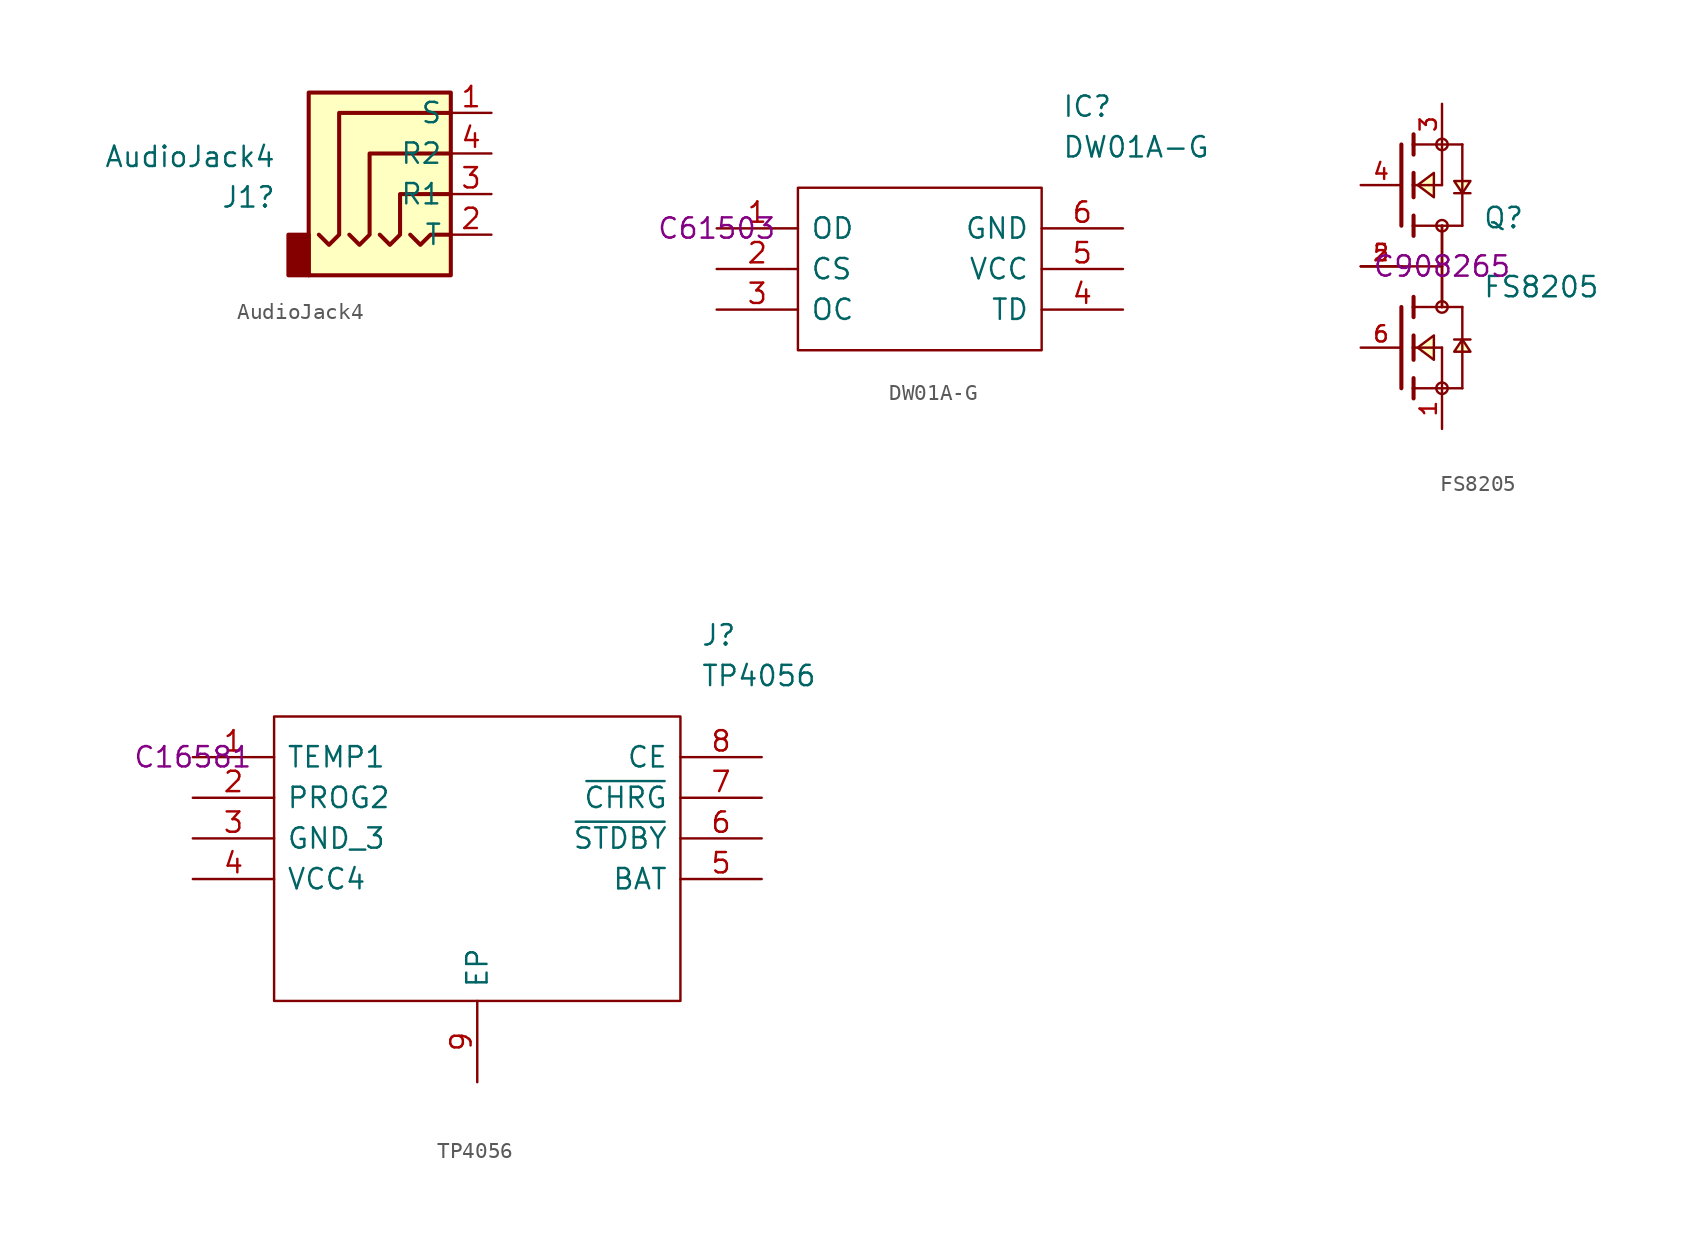
<source format=kicad_sym>
(kicad_symbol_lib
  (version 20211014)
  (generator kicad_symbol_editor)
  (symbol "AudioJack4"
    (property "Reference" "J1"
      (at -8.382 -2.74 0)
      (effects (font (size 1.27 1.27)) (justify right)))
    (property "Value" "AudioJack4"
      (at -8.382 -0.203 0)
      (effects (font (size 1.27 1.27)) (justify right)))
    (symbol "AudioJack4_0_1"
      (rectangle (start -6.35 -5.08) (end -7.62 -7.62) (stroke (width 0.254) (type default) (color 0 0 0 0)) (fill (type outline)))
      (polyline (pts (xy 0 -5.08) (xy 0.635 -5.715) (xy 1.27 -5.08) (xy 2.54 -5.08)) (stroke (width 0.254) (type default) (color 0 0 0 0)) (fill (type none)))
      (polyline (pts (xy -5.715 -5.08) (xy -5.08 -5.715) (xy -4.445 -5.08) (xy -4.445 2.54) (xy 2.54 2.54)) (stroke (width 0.254) (type default) (color 0 0 0 0)) (fill (type none)))
      (polyline (pts (xy -1.905 -5.08) (xy -1.27 -5.715) (xy -0.635 -5.08) (xy -0.635 -2.54) (xy 2.54 -2.54)) (stroke (width 0.254) (type default) (color 0 0 0 0)) (fill (type none)))
      (polyline (pts (xy 2.54 0) (xy -2.54 0) (xy -2.54 -5.08) (xy -3.175 -5.715) (xy -3.81 -5.08)) (stroke (width 0.254) (type default) (color 0 0 0 0)) (fill (type none)))
      (rectangle (start 2.54 3.81) (end -6.35 -7.62) (stroke (width 0.254) (type default) (color 0 0 0 0)) (fill (type background))))
    (symbol "AudioJack4_1_1"
      (pin passive line (at 5.08 2.54 180) (length 2.54) (name "S" (effects (font (size 1.27 1.27)))) (number "1" (effects (font (size 1.27 1.27)))))
      (pin passive line (at 5.08 -5.08 180) (length 2.54) (name "T" (effects (font (size 1.27 1.27)))) (number "2" (effects (font (size 1.27 1.27)))))
      (pin passive line (at 5.08 -2.54 180) (length 2.54) (name "R1" (effects (font (size 1.27 1.27)))) (number "3" (effects (font (size 1.27 1.27)))))
      (pin passive line (at 5.08 0 180) (length 2.54) (name "R2" (effects (font (size 1.27 1.27)))) (number "4" (effects (font (size 1.27 1.27)))))))
  (symbol "DW01A-G"
    (pin_names
      (offset 0.762))
    (property "Reference" "IC"
      (at 21.59 7.62 0)
      (effects (font (size 1.27 1.27)) (justify left)))
    (property "Value" "DW01A-G"
      (at 21.59 5.08 0)
      (effects (font (size 1.27 1.27)) (justify left)))
    (property "LCSC" "C61503"
      (at 0 0 0)
      (effects (font (size 1.27 1.27))))
    (symbol "DW01A-G_0_0"
      (pin passive line (at 0 0 0) (length 5.08) (name "OD" (effects (font (size 1.27 1.27)))) (number "1" (effects (font (size 1.27 1.27)))))
      (pin passive line (at 0 -2.54 0) (length 5.08) (name "CS" (effects (font (size 1.27 1.27)))) (number "2" (effects (font (size 1.27 1.27)))))
      (pin passive line (at 0 -5.08 0) (length 5.08) (name "OC" (effects (font (size 1.27 1.27)))) (number "3" (effects (font (size 1.27 1.27)))))
      (pin passive line (at 25.4 -5.08 180) (length 5.08) (name "TD" (effects (font (size 1.27 1.27)))) (number "4" (effects (font (size 1.27 1.27)))))
      (pin passive line (at 25.4 -2.54 180) (length 5.08) (name "VCC" (effects (font (size 1.27 1.27)))) (number "5" (effects (font (size 1.27 1.27)))))
      (pin passive line (at 25.4 0 180) (length 5.08) (name "GND" (effects (font (size 1.27 1.27)))) (number "6" (effects (font (size 1.27 1.27))))))
    (symbol "DW01A-G_0_1"
      (polyline (pts (xy 5.08 2.54) (xy 20.32 2.54) (xy 20.32 -7.62) (xy 5.08 -7.62) (xy 5.08 2.54)) (stroke (width 0.152) (type default) (color 0 0 0 0)) (fill (type none)))))
  (symbol "FS8205"
    (pin_names
      (offset 1.016) hide)
    (property "Reference" "Q"
      (at 2.54 2.286 0)
      (effects (font (size 1.27 1.27)) (justify left bottom)))
    (property "Value" "FS8205"
      (at 2.54 -2.032 0)
      (effects (font (size 1.27 1.27)) (justify left bottom)))
    (property "LCSC" "C908265"
      (at 0 0 0)
      (effects (font (size 1.27 1.27))))
    (symbol "FS8205_0_0"
      (circle (center 0 -7.62) (radius 0.356) (stroke (width 0) (type default) (color 0 0 0 0)) (fill (type none)))
      (circle (center 0 -2.54) (radius 0.356) (stroke (width 0) (type default) (color 0 0 0 0)) (fill (type none)))
      (polyline (pts (xy -2.54 -2.54) (xy -2.54 -7.62)) (stroke (width 0.254) (type default) (color 0 0 0 0)) (fill (type none)))
      (polyline (pts (xy -2.54 0) (xy 0 0)) (stroke (width 0.152) (type default) (color 0 0 0 0)) (fill (type none)))
      (polyline (pts (xy -2.54 2.54) (xy -2.54 7.62)) (stroke (width 0.254) (type default) (color 0 0 0 0)) (fill (type none)))
      (polyline (pts (xy -1.778 -7.62) (xy -1.778 -8.255)) (stroke (width 0.254) (type default) (color 0 0 0 0)) (fill (type none)))
      (polyline (pts (xy -1.778 -6.985) (xy -1.778 -7.62)) (stroke (width 0.254) (type default) (color 0 0 0 0)) (fill (type none)))
      (polyline (pts (xy -1.778 -5.08) (xy -1.778 -5.842)) (stroke (width 0.254) (type default) (color 0 0 0 0)) (fill (type none)))
      (polyline (pts (xy -1.778 -5.08) (xy 0 -5.08)) (stroke (width 0.152) (type default) (color 0 0 0 0)) (fill (type none)))
      (polyline (pts (xy -1.778 -4.318) (xy -1.778 -5.08)) (stroke (width 0.254) (type default) (color 0 0 0 0)) (fill (type none)))
      (polyline (pts (xy -1.778 -2.54) (xy -1.778 -3.175)) (stroke (width 0.254) (type default) (color 0 0 0 0)) (fill (type none)))
      (polyline (pts (xy -1.778 -2.54) (xy 0 -2.54)) (stroke (width 0.152) (type default) (color 0 0 0 0)) (fill (type none)))
      (polyline (pts (xy -1.778 -1.905) (xy -1.778 -2.54)) (stroke (width 0.254) (type default) (color 0 0 0 0)) (fill (type none)))
      (polyline (pts (xy -1.778 1.905) (xy -1.778 2.54)) (stroke (width 0.254) (type default) (color 0 0 0 0)) (fill (type none)))
      (polyline (pts (xy -1.778 2.54) (xy -1.778 3.175)) (stroke (width 0.254) (type default) (color 0 0 0 0)) (fill (type none)))
      (polyline (pts (xy -1.778 2.54) (xy 0 2.54)) (stroke (width 0.152) (type default) (color 0 0 0 0)) (fill (type none)))
      (polyline (pts (xy -1.778 4.318) (xy -1.778 5.08)) (stroke (width 0.254) (type default) (color 0 0 0 0)) (fill (type none)))
      (polyline (pts (xy -1.778 5.08) (xy -1.778 5.842)) (stroke (width 0.254) (type default) (color 0 0 0 0)) (fill (type none)))
      (polyline (pts (xy -1.778 5.08) (xy 0 5.08)) (stroke (width 0.152) (type default) (color 0 0 0 0)) (fill (type none)))
      (polyline (pts (xy -1.778 6.985) (xy -1.778 7.62)) (stroke (width 0.254) (type default) (color 0 0 0 0)) (fill (type none)))
      (polyline (pts (xy -1.778 7.62) (xy -1.778 8.255)) (stroke (width 0.254) (type default) (color 0 0 0 0)) (fill (type none)))
      (polyline (pts (xy 0 -7.62) (xy -1.778 -7.62)) (stroke (width 0.152) (type default) (color 0 0 0 0)) (fill (type none)))
      (polyline (pts (xy 0 -7.62) (xy 1.27 -7.62)) (stroke (width 0.152) (type default) (color 0 0 0 0)) (fill (type none)))
      (polyline (pts (xy 0 -5.08) (xy 0 -7.62)) (stroke (width 0.152) (type default) (color 0 0 0 0)) (fill (type none)))
      (polyline (pts (xy 0 -2.54) (xy 1.27 -2.54)) (stroke (width 0.152) (type default) (color 0 0 0 0)) (fill (type none)))
      (polyline (pts (xy 0 0) (xy 0 -2.54)) (stroke (width 0.178) (type default) (color 0 0 0 0)) (fill (type none)))
      (polyline (pts (xy 0 2.54) (xy 0 0)) (stroke (width 0.178) (type default) (color 0 0 0 0)) (fill (type none)))
      (polyline (pts (xy 0 2.54) (xy 1.27 2.54)) (stroke (width 0.152) (type default) (color 0 0 0 0)) (fill (type none)))
      (polyline (pts (xy 0 5.08) (xy 0 7.62)) (stroke (width 0.152) (type default) (color 0 0 0 0)) (fill (type none)))
      (polyline (pts (xy 0 7.62) (xy -1.778 7.62)) (stroke (width 0.152) (type default) (color 0 0 0 0)) (fill (type none)))
      (polyline (pts (xy 0 7.62) (xy 1.27 7.62)) (stroke (width 0.152) (type default) (color 0 0 0 0)) (fill (type none)))
      (polyline (pts (xy 1.27 -4.572) (xy 0.762 -4.572)) (stroke (width 0.152) (type default) (color 0 0 0 0)) (fill (type none)))
      (polyline (pts (xy 1.27 -4.572) (xy 1.27 -7.62)) (stroke (width 0.152) (type default) (color 0 0 0 0)) (fill (type none)))
      (polyline (pts (xy 1.27 -2.54) (xy 1.27 -4.572)) (stroke (width 0.152) (type default) (color 0 0 0 0)) (fill (type none)))
      (polyline (pts (xy 1.27 2.54) (xy 1.27 4.572)) (stroke (width 0.152) (type default) (color 0 0 0 0)) (fill (type none)))
      (polyline (pts (xy 1.27 4.572) (xy 0.762 4.572)) (stroke (width 0.152) (type default) (color 0 0 0 0)) (fill (type none)))
      (polyline (pts (xy 1.27 4.572) (xy 1.27 7.62)) (stroke (width 0.152) (type default) (color 0 0 0 0)) (fill (type none)))
      (polyline (pts (xy 1.778 -4.572) (xy 1.27 -4.572)) (stroke (width 0.152) (type default) (color 0 0 0 0)) (fill (type none)))
      (polyline (pts (xy 1.778 4.572) (xy 1.27 4.572)) (stroke (width 0.152) (type default) (color 0 0 0 0)) (fill (type none)))
      (polyline (pts (xy -1.524 -5.08) (xy -0.508 -4.318) (xy -0.508 -5.842) (xy -1.524 -5.08)) (stroke (width 0.152) (type default) (color 0 0 0 0)) (fill (type background)))
      (polyline (pts (xy -1.524 5.08) (xy -0.508 4.318) (xy -0.508 5.842) (xy -1.524 5.08)) (stroke (width 0.152) (type default) (color 0 0 0 0)) (fill (type background)))
      (polyline (pts (xy 1.27 -4.572) (xy 0.762 -5.334) (xy 1.778 -5.334) (xy 1.27 -4.572)) (stroke (width 0.152) (type default) (color 0 0 0 0)) (fill (type background)))
      (polyline (pts (xy 1.27 4.572) (xy 0.762 5.334) (xy 1.778 5.334) (xy 1.27 4.572)) (stroke (width 0.152) (type default) (color 0 0 0 0)) (fill (type background)))
      (circle (center 0 2.54) (radius 0.356) (stroke (width 0) (type default) (color 0 0 0 0)) (fill (type none)))
      (circle (center 0 7.62) (radius 0.356) (stroke (width 0) (type default) (color 0 0 0 0)) (fill (type none)))
      (pin passive line (at 0 -10.16 90) (length 2.54) (name "~" (effects (font (size 1.016 1.016)))) (number "1" (effects (font (size 1.016 1.016)))))
      (pin passive line (at -5.08 0 0) (length 2.54) (name "~" (effects (font (size 1.016 1.016)))) (number "2" (effects (font (size 1.016 1.016)))))
      (pin passive line (at 0 10.16 270) (length 2.54) (name "~" (effects (font (size 1.016 1.016)))) (number "3" (effects (font (size 1.016 1.016)))))
      (pin passive line (at -5.08 5.08 0) (length 2.54) (name "~" (effects (font (size 1.016 1.016)))) (number "4" (effects (font (size 1.016 1.016)))))
      (pin passive line (at -5.08 0 0) (length 2.54) (name "~" (effects (font (size 1.016 1.016)))) (number "5" (effects (font (size 1.016 1.016)))))
      (pin passive line (at -5.08 -5.08 0) (length 2.54) (name "~" (effects (font (size 1.016 1.016)))) (number "6" (effects (font (size 1.016 1.016)))))))
  (symbol "TP4056"
    (pin_names
      (offset 0.762))
    (property "Reference" "J"
      (at 31.75 7.62 0)
      (effects (font (size 1.27 1.27)) (justify left)))
    (property "Value" "TP4056"
      (at 31.75 5.08 0)
      (effects (font (size 1.27 1.27)) (justify left)))
    (property "LCSC" "C16581"
      (at 0 0 0)
      (effects (font (size 1.27 1.27))))
    (symbol "TP4056_0_0"
      (pin passive line (at 0 0 0) (length 5.08) (name "TEMP1" (effects (font (size 1.27 1.27)))) (number "1" (effects (font (size 1.27 1.27)))))
      (pin passive line (at 0 -2.54 0) (length 5.08) (name "PROG2" (effects (font (size 1.27 1.27)))) (number "2" (effects (font (size 1.27 1.27)))))
      (pin passive line (at 0 -5.08 0) (length 5.08) (name "GND_3" (effects (font (size 1.27 1.27)))) (number "3" (effects (font (size 1.27 1.27)))))
      (pin passive line (at 0 -7.62 0) (length 5.08) (name "VCC4" (effects (font (size 1.27 1.27)))) (number "4" (effects (font (size 1.27 1.27)))))
      (pin passive line (at 35.56 -7.62 180) (length 5.08) (name "BAT" (effects (font (size 1.27 1.27)))) (number "5" (effects (font (size 1.27 1.27)))))
      (pin passive line (at 35.56 -5.08 180) (length 5.08) (name "~{STDBY}" (effects (font (size 1.27 1.27)))) (number "6" (effects (font (size 1.27 1.27)))))
      (pin passive line (at 35.56 -2.54 180) (length 5.08) (name "~{CHRG}" (effects (font (size 1.27 1.27)))) (number "7" (effects (font (size 1.27 1.27)))))
      (pin passive line (at 35.56 0 180) (length 5.08) (name "CE" (effects (font (size 1.27 1.27)))) (number "8" (effects (font (size 1.27 1.27)))))
      (pin passive line (at 17.78 -20.32 90) (length 5.08) (name "EP" (effects (font (size 1.27 1.27)))) (number "9" (effects (font (size 1.27 1.27))))))
    (symbol "TP4056_0_1"
      (polyline (pts (xy 5.08 2.54) (xy 30.48 2.54) (xy 30.48 -15.24) (xy 5.08 -15.24) (xy 5.08 2.54)) (stroke (width 0.152) (type default) (color 0 0 0 0)) (fill (type none))))))
</source>
